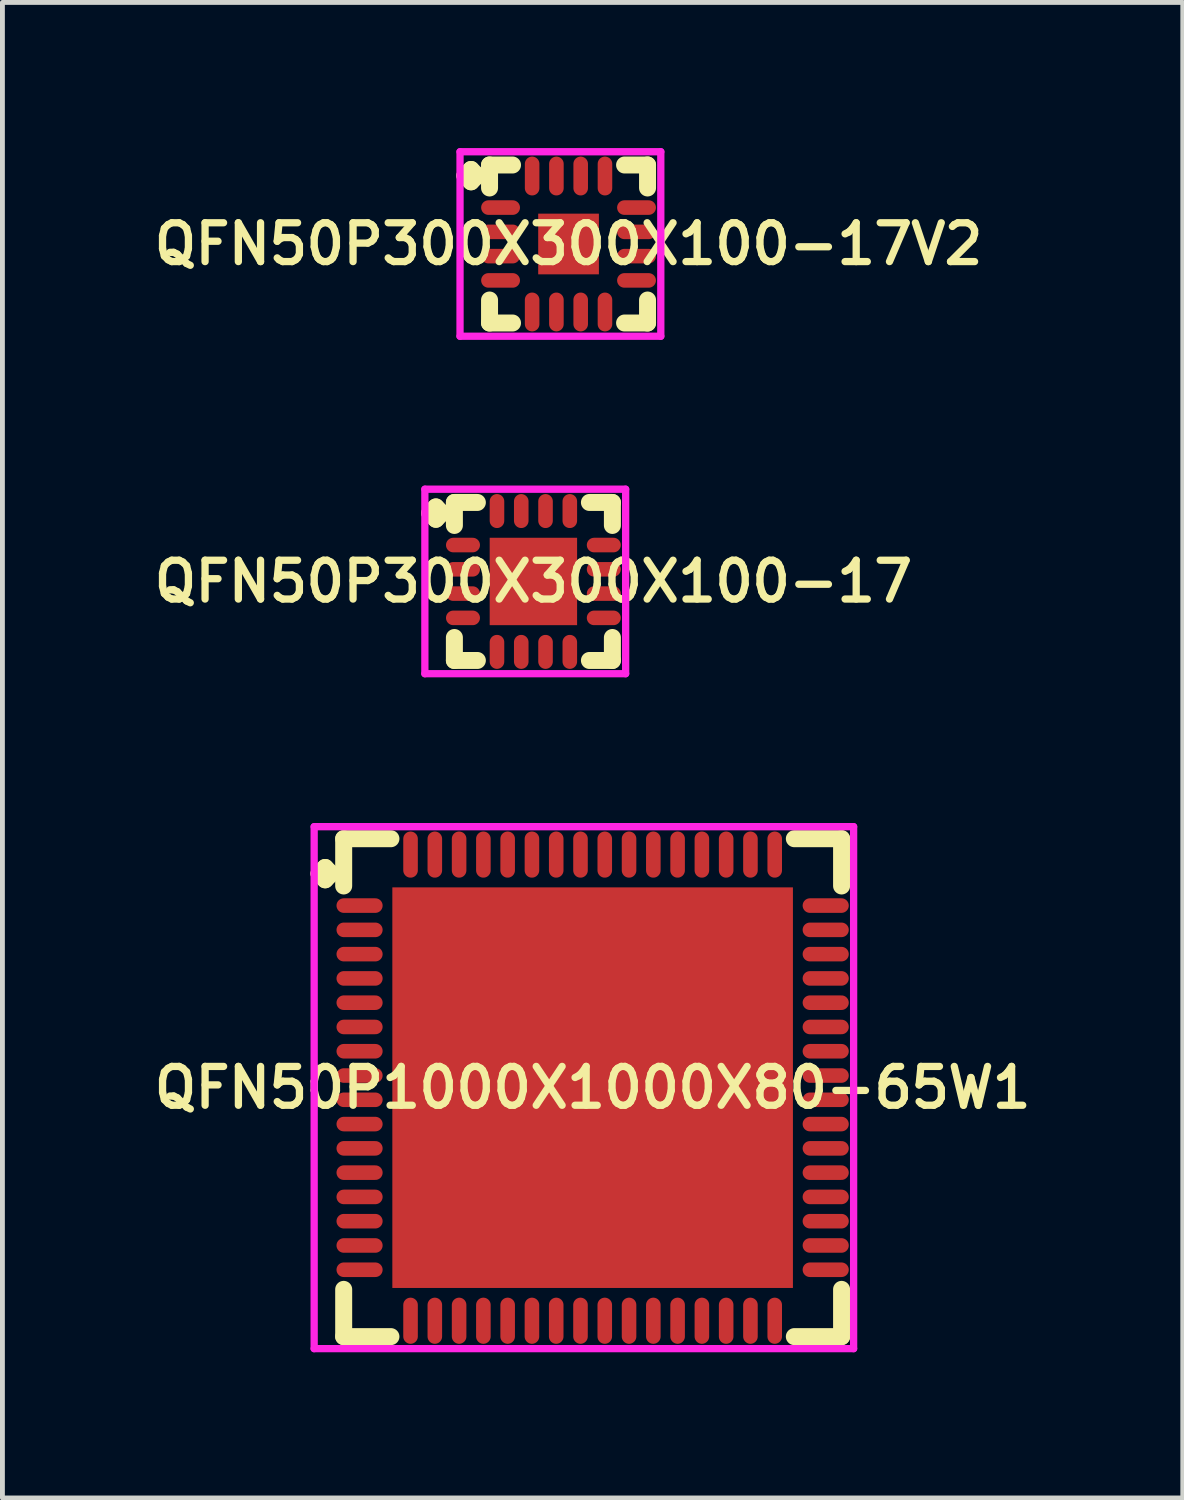
<source format=kicad_pcb>
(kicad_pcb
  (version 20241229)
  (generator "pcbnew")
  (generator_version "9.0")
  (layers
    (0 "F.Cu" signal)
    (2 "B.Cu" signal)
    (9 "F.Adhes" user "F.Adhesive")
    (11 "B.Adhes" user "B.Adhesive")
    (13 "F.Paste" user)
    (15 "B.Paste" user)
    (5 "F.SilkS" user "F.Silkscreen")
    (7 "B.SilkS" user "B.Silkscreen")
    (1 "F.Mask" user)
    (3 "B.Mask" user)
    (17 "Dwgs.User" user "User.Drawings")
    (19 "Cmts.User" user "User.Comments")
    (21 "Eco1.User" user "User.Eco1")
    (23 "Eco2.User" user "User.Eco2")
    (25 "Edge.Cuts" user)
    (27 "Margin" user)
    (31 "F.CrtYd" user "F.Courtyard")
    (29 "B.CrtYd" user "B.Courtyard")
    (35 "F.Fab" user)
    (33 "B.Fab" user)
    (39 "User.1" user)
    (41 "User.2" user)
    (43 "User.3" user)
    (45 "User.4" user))
  (footprint "QFN50P300X300X100-17"
    (layer "F.Cu")
    (at 7.935 8.925)
    (property "Reference" "QFN50P300X300X100-17" (at 0 0 0) (layer "F.SilkS") (effects (font (size 0.8 0.8) (thickness 0.15))))
    (attr smd)
    (fp_line (start -2.135 -1.408) (end -2.008 -1.535) (stroke (width 0.35) (type solid)) (layer "F.SilkS"))
    (fp_line (start -2.008 -1.535) (end -1.881 -1.408) (stroke (width 0.35) (type solid)) (layer "F.SilkS"))
    (fp_line (start -2.008 -1.281) (end -2.135 -1.408) (stroke (width 0.35) (type solid)) (layer "F.SilkS"))
    (fp_line (start -1.881 -1.408) (end -2.008 -1.281) (stroke (width 0.35) (type solid)) (layer "F.SilkS"))
    (fp_line (start -1.627 -1.627) (end -1.154 -1.627) (stroke (width 0.35) (type solid)) (layer "F.SilkS"))
    (fp_line (start -1.627 -1.154) (end -1.627 -1.627) (stroke (width 0.35) (type solid)) (layer "F.SilkS"))
    (fp_line (start -1.627 1.154) (end -1.627 1.627) (stroke (width 0.35) (type solid)) (layer "F.SilkS"))
    (fp_line (start -1.627 1.627) (end -1.154 1.627) (stroke (width 0.35) (type solid)) (layer "F.SilkS"))
    (fp_line (start 1.154 -1.627) (end 1.627 -1.627) (stroke (width 0.35) (type solid)) (layer "F.SilkS"))
    (fp_line (start 1.154 1.627) (end 1.627 1.627) (stroke (width 0.35) (type solid)) (layer "F.SilkS"))
    (fp_line (start 1.627 -1.627) (end 1.627 -1.154) (stroke (width 0.35) (type solid)) (layer "F.SilkS"))
    (fp_line (start 1.627 1.627) (end 1.627 1.154) (stroke (width 0.35) (type solid)) (layer "F.SilkS"))
    (fp_line (start -2.235 -1.9) (end 1.9 -1.9) (stroke (width 0.15) (type solid)) (layer "F.CrtYd"))
    (fp_line (start -2.235 1.9) (end -2.235 -1.9) (stroke (width 0.15) (type solid)) (layer "F.CrtYd"))
    (fp_line (start 1.9 -1.9) (end 1.9 1.9) (stroke (width 0.15) (type solid)) (layer "F.CrtYd"))
    (fp_line (start 1.9 1.9) (end -2.235 1.9) (stroke (width 0.15) (type solid)) (layer "F.CrtYd"))
    (pad "1" smd oval (at -1.45 -0.75) (size 0.7 0.3) (layers "F.Cu" "F.Mask" "F.Paste"))
    (pad "2" smd oval (at -1.45 -0.25) (size 0.7 0.3) (layers "F.Cu" "F.Mask" "F.Paste"))
    (pad "3" smd oval (at -1.45 0.25) (size 0.7 0.3) (layers "F.Cu" "F.Mask" "F.Paste"))
    (pad "4" smd oval (at -1.45 0.75) (size 0.7 0.3) (layers "F.Cu" "F.Mask" "F.Paste"))
    (pad "5" smd oval (at -0.75 1.45) (size 0.3 0.7) (layers "F.Cu" "F.Mask" "F.Paste"))
    (pad "6" smd oval (at -0.25 1.45) (size 0.3 0.7) (layers "F.Cu" "F.Mask" "F.Paste"))
    (pad "7" smd oval (at 0.25 1.45) (size 0.3 0.7) (layers "F.Cu" "F.Mask" "F.Paste"))
    (pad "8" smd oval (at 0.75 1.45) (size 0.3 0.7) (layers "F.Cu" "F.Mask" "F.Paste"))
    (pad "9" smd oval (at 1.45 0.75) (size 0.7 0.3) (layers "F.Cu" "F.Mask" "F.Paste"))
    (pad "10" smd oval (at 1.45 0.25) (size 0.7 0.3) (layers "F.Cu" "F.Mask" "F.Paste"))
    (pad "11" smd oval (at 1.45 -0.25) (size 0.7 0.3) (layers "F.Cu" "F.Mask" "F.Paste"))
    (pad "12" smd oval (at 1.45 -0.75) (size 0.7 0.3) (layers "F.Cu" "F.Mask" "F.Paste"))
    (pad "13" smd oval (at 0.75 -1.45) (size 0.3 0.7) (layers "F.Cu" "F.Mask" "F.Paste"))
    (pad "14" smd oval (at 0.25 -1.45) (size 0.3 0.7) (layers "F.Cu" "F.Mask" "F.Paste"))
    (pad "15" smd oval (at -0.25 -1.45) (size 0.3 0.7) (layers "F.Cu" "F.Mask" "F.Paste"))
    (pad "16" smd oval (at -0.75 -1.45) (size 0.3 0.7) (layers "F.Cu" "F.Mask" "F.Paste"))
    (pad "17" smd rect (at 0 0) (size 1.8 1.8) (layers "F.Cu" "F.Mask" "F.Paste")))
  (footprint "QFN50P300X300X100-17V2"
    (layer "F.Cu")
    (at 8.659 1.975)
    (property "Reference" "QFN50P300X300X100-17V2" (at 0 0 0) (layer "F.SilkS") (effects (font (size 0.8 0.8) (thickness 0.15))))
    (attr smd)
    (fp_line (start -2.135 -1.408) (end -2.008 -1.535) (stroke (width 0.35) (type solid)) (layer "F.SilkS"))
    (fp_line (start -2.008 -1.535) (end -1.881 -1.408) (stroke (width 0.35) (type solid)) (layer "F.SilkS"))
    (fp_line (start -2.008 -1.281) (end -2.135 -1.408) (stroke (width 0.35) (type solid)) (layer "F.SilkS"))
    (fp_line (start -1.881 -1.408) (end -2.008 -1.281) (stroke (width 0.35) (type solid)) (layer "F.SilkS"))
    (fp_line (start -1.627 -1.627) (end -1.154 -1.627) (stroke (width 0.35) (type solid)) (layer "F.SilkS"))
    (fp_line (start -1.627 -1.154) (end -1.627 -1.627) (stroke (width 0.35) (type solid)) (layer "F.SilkS"))
    (fp_line (start -1.627 1.154) (end -1.627 1.627) (stroke (width 0.35) (type solid)) (layer "F.SilkS"))
    (fp_line (start -1.627 1.627) (end -1.154 1.627) (stroke (width 0.35) (type solid)) (layer "F.SilkS"))
    (fp_line (start 1.154 -1.627) (end 1.627 -1.627) (stroke (width 0.35) (type solid)) (layer "F.SilkS"))
    (fp_line (start 1.154 1.627) (end 1.627 1.627) (stroke (width 0.35) (type solid)) (layer "F.SilkS"))
    (fp_line (start 1.627 -1.627) (end 1.627 -1.154) (stroke (width 0.35) (type solid)) (layer "F.SilkS"))
    (fp_line (start 1.627 1.627) (end 1.627 1.154) (stroke (width 0.35) (type solid)) (layer "F.SilkS"))
    (fp_line (start -2.235 -1.9) (end 1.9 -1.9) (stroke (width 0.15) (type solid)) (layer "F.CrtYd"))
    (fp_line (start -2.235 1.9) (end -2.235 -1.9) (stroke (width 0.15) (type solid)) (layer "F.CrtYd"))
    (fp_line (start 1.9 -1.9) (end 1.9 1.9) (stroke (width 0.15) (type solid)) (layer "F.CrtYd"))
    (fp_line (start 1.9 1.9) (end -2.235 1.9) (stroke (width 0.15) (type solid)) (layer "F.CrtYd"))
    (pad "1" smd oval (at -1.4 -0.75) (size 0.8 0.3) (layers "F.Cu" "F.Mask" "F.Paste"))
    (pad "2" smd oval (at -1.4 -0.25) (size 0.8 0.3) (layers "F.Cu" "F.Mask" "F.Paste"))
    (pad "3" smd oval (at -1.4 0.25) (size 0.8 0.3) (layers "F.Cu" "F.Mask" "F.Paste"))
    (pad "4" smd oval (at -1.4 0.75) (size 0.8 0.3) (layers "F.Cu" "F.Mask" "F.Paste"))
    (pad "5" smd oval (at -0.75 1.4) (size 0.3 0.8) (layers "F.Cu" "F.Mask" "F.Paste"))
    (pad "6" smd oval (at -0.25 1.4) (size 0.3 0.8) (layers "F.Cu" "F.Mask" "F.Paste"))
    (pad "7" smd oval (at 0.25 1.4) (size 0.3 0.8) (layers "F.Cu" "F.Mask" "F.Paste"))
    (pad "8" smd oval (at 0.75 1.4) (size 0.3 0.8) (layers "F.Cu" "F.Mask" "F.Paste"))
    (pad "9" smd oval (at 1.4 0.75) (size 0.8 0.3) (layers "F.Cu" "F.Mask" "F.Paste"))
    (pad "10" smd oval (at 1.4 0.25) (size 0.8 0.3) (layers "F.Cu" "F.Mask" "F.Paste"))
    (pad "11" smd oval (at 1.4 -0.25) (size 0.8 0.3) (layers "F.Cu" "F.Mask" "F.Paste"))
    (pad "12" smd oval (at 1.4 -0.75) (size 0.8 0.3) (layers "F.Cu" "F.Mask" "F.Paste"))
    (pad "13" smd oval (at 0.75 -1.4) (size 0.3 0.8) (layers "F.Cu" "F.Mask" "F.Paste"))
    (pad "14" smd oval (at 0.25 -1.4) (size 0.3 0.8) (layers "F.Cu" "F.Mask" "F.Paste"))
    (pad "15" smd oval (at -0.25 -1.4) (size 0.3 0.8) (layers "F.Cu" "F.Mask" "F.Paste"))
    (pad "16" smd oval (at -0.75 -1.4) (size 0.3 0.8) (layers "F.Cu" "F.Mask" "F.Paste"))
    (pad "17" smd rect (at 0 0) (size 1.25 1.25) (layers "F.Cu" "F.Mask" "F.Paste")))
  (footprint "QFN50P1000X1000X80-65W1"
    (layer "F.Cu")
    (at 9.155 19.35)
    (property "Reference" "QFN50P1000X1000X80-65W1" (at 0 0 0) (layer "F.SilkS") (effects (font (size 0.8 0.8) (thickness 0.15))))
    (attr smd)
    (fp_line (start -5.635 -4.408) (end -5.508 -4.535) (stroke (width 0.35) (type solid)) (layer "F.SilkS"))
    (fp_line (start -5.508 -4.535) (end -5.381 -4.408) (stroke (width 0.35) (type solid)) (layer "F.SilkS"))
    (fp_line (start -5.508 -4.281) (end -5.635 -4.408) (stroke (width 0.35) (type solid)) (layer "F.SilkS"))
    (fp_line (start -5.381 -4.408) (end -5.508 -4.281) (stroke (width 0.35) (type solid)) (layer "F.SilkS"))
    (fp_line (start -5.127 -5.127) (end -4.154 -5.127) (stroke (width 0.35) (type solid)) (layer "F.SilkS"))
    (fp_line (start -5.127 -4.154) (end -5.127 -5.127) (stroke (width 0.35) (type solid)) (layer "F.SilkS"))
    (fp_line (start -5.127 4.154) (end -5.127 5.127) (stroke (width 0.35) (type solid)) (layer "F.SilkS"))
    (fp_line (start -5.127 5.127) (end -4.154 5.127) (stroke (width 0.35) (type solid)) (layer "F.SilkS"))
    (fp_line (start 4.154 -5.127) (end 5.127 -5.127) (stroke (width 0.35) (type solid)) (layer "F.SilkS"))
    (fp_line (start 4.154 5.127) (end 5.127 5.127) (stroke (width 0.35) (type solid)) (layer "F.SilkS"))
    (fp_line (start 5.127 -5.127) (end 5.127 -4.154) (stroke (width 0.35) (type solid)) (layer "F.SilkS"))
    (fp_line (start 5.127 5.127) (end 5.127 4.154) (stroke (width 0.35) (type solid)) (layer "F.SilkS"))
    (fp_line (start -5.735 -5.375) (end 5.375 -5.375) (stroke (width 0.15) (type solid)) (layer "F.CrtYd"))
    (fp_line (start -5.735 5.375) (end -5.735 -5.375) (stroke (width 0.15) (type solid)) (layer "F.CrtYd"))
    (fp_line (start 5.375 -5.375) (end 5.375 5.375) (stroke (width 0.15) (type solid)) (layer "F.CrtYd"))
    (fp_line (start 5.375 5.375) (end -5.735 5.375) (stroke (width 0.15) (type solid)) (layer "F.CrtYd"))
    (pad "1" smd oval (at -4.8 -3.75) (size 0.95 0.3) (layers "F.Cu" "F.Mask" "F.Paste"))
    (pad "2" smd oval (at -4.8 -3.25) (size 0.95 0.3) (layers "F.Cu" "F.Mask" "F.Paste"))
    (pad "3" smd oval (at -4.8 -2.75) (size 0.95 0.3) (layers "F.Cu" "F.Mask" "F.Paste"))
    (pad "4" smd oval (at -4.8 -2.25) (size 0.95 0.3) (layers "F.Cu" "F.Mask" "F.Paste"))
    (pad "5" smd oval (at -4.8 -1.75) (size 0.95 0.3) (layers "F.Cu" "F.Mask" "F.Paste"))
    (pad "6" smd oval (at -4.8 -1.25) (size 0.95 0.3) (layers "F.Cu" "F.Mask" "F.Paste"))
    (pad "7" smd oval (at -4.8 -0.75) (size 0.95 0.3) (layers "F.Cu" "F.Mask" "F.Paste"))
    (pad "8" smd oval (at -4.8 -0.25) (size 0.95 0.3) (layers "F.Cu" "F.Mask" "F.Paste"))
    (pad "9" smd oval (at -4.8 0.25) (size 0.95 0.3) (layers "F.Cu" "F.Mask" "F.Paste"))
    (pad "10" smd oval (at -4.8 0.75) (size 0.95 0.3) (layers "F.Cu" "F.Mask" "F.Paste"))
    (pad "11" smd oval (at -4.8 1.25) (size 0.95 0.3) (layers "F.Cu" "F.Mask" "F.Paste"))
    (pad "12" smd oval (at -4.8 1.75) (size 0.95 0.3) (layers "F.Cu" "F.Mask" "F.Paste"))
    (pad "13" smd oval (at -4.8 2.25) (size 0.95 0.3) (layers "F.Cu" "F.Mask" "F.Paste"))
    (pad "14" smd oval (at -4.8 2.75) (size 0.95 0.3) (layers "F.Cu" "F.Mask" "F.Paste"))
    (pad "15" smd oval (at -4.8 3.25) (size 0.95 0.3) (layers "F.Cu" "F.Mask" "F.Paste"))
    (pad "16" smd oval (at -4.8 3.75) (size 0.95 0.3) (layers "F.Cu" "F.Mask" "F.Paste"))
    (pad "17" smd oval (at -3.75 4.8) (size 0.3 0.95) (layers "F.Cu" "F.Mask" "F.Paste"))
    (pad "18" smd oval (at -3.25 4.8) (size 0.3 0.95) (layers "F.Cu" "F.Mask" "F.Paste"))
    (pad "19" smd oval (at -2.75 4.8) (size 0.3 0.95) (layers "F.Cu" "F.Mask" "F.Paste"))
    (pad "20" smd oval (at -2.25 4.8) (size 0.3 0.95) (layers "F.Cu" "F.Mask" "F.Paste"))
    (pad "21" smd oval (at -1.75 4.8) (size 0.3 0.95) (layers "F.Cu" "F.Mask" "F.Paste"))
    (pad "22" smd oval (at -1.25 4.8) (size 0.3 0.95) (layers "F.Cu" "F.Mask" "F.Paste"))
    (pad "23" smd oval (at -0.75 4.8) (size 0.3 0.95) (layers "F.Cu" "F.Mask" "F.Paste"))
    (pad "24" smd oval (at -0.25 4.8) (size 0.3 0.95) (layers "F.Cu" "F.Mask" "F.Paste"))
    (pad "25" smd oval (at 0.25 4.8) (size 0.3 0.95) (layers "F.Cu" "F.Mask" "F.Paste"))
    (pad "26" smd oval (at 0.75 4.8) (size 0.3 0.95) (layers "F.Cu" "F.Mask" "F.Paste"))
    (pad "27" smd oval (at 1.25 4.8) (size 0.3 0.95) (layers "F.Cu" "F.Mask" "F.Paste"))
    (pad "28" smd oval (at 1.75 4.8) (size 0.3 0.95) (layers "F.Cu" "F.Mask" "F.Paste"))
    (pad "29" smd oval (at 2.25 4.8) (size 0.3 0.95) (layers "F.Cu" "F.Mask" "F.Paste"))
    (pad "30" smd oval (at 2.75 4.8) (size 0.3 0.95) (layers "F.Cu" "F.Mask" "F.Paste"))
    (pad "31" smd oval (at 3.25 4.8) (size 0.3 0.95) (layers "F.Cu" "F.Mask" "F.Paste"))
    (pad "32" smd oval (at 3.75 4.8) (size 0.3 0.95) (layers "F.Cu" "F.Mask" "F.Paste"))
    (pad "33" smd oval (at 4.8 3.75) (size 0.95 0.3) (layers "F.Cu" "F.Mask" "F.Paste"))
    (pad "34" smd oval (at 4.8 3.25) (size 0.95 0.3) (layers "F.Cu" "F.Mask" "F.Paste"))
    (pad "35" smd oval (at 4.8 2.75) (size 0.95 0.3) (layers "F.Cu" "F.Mask" "F.Paste"))
    (pad "36" smd oval (at 4.8 2.25) (size 0.95 0.3) (layers "F.Cu" "F.Mask" "F.Paste"))
    (pad "37" smd oval (at 4.8 1.75) (size 0.95 0.3) (layers "F.Cu" "F.Mask" "F.Paste"))
    (pad "38" smd oval (at 4.8 1.25) (size 0.95 0.3) (layers "F.Cu" "F.Mask" "F.Paste"))
    (pad "39" smd oval (at 4.8 0.75) (size 0.95 0.3) (layers "F.Cu" "F.Mask" "F.Paste"))
    (pad "40" smd oval (at 4.8 0.25) (size 0.95 0.3) (layers "F.Cu" "F.Mask" "F.Paste"))
    (pad "41" smd oval (at 4.8 -0.25) (size 0.95 0.3) (layers "F.Cu" "F.Mask" "F.Paste"))
    (pad "42" smd oval (at 4.8 -0.75) (size 0.95 0.3) (layers "F.Cu" "F.Mask" "F.Paste"))
    (pad "43" smd oval (at 4.8 -1.25) (size 0.95 0.3) (layers "F.Cu" "F.Mask" "F.Paste"))
    (pad "44" smd oval (at 4.8 -1.75) (size 0.95 0.3) (layers "F.Cu" "F.Mask" "F.Paste"))
    (pad "45" smd oval (at 4.8 -2.25) (size 0.95 0.3) (layers "F.Cu" "F.Mask" "F.Paste"))
    (pad "46" smd oval (at 4.8 -2.75) (size 0.95 0.3) (layers "F.Cu" "F.Mask" "F.Paste"))
    (pad "47" smd oval (at 4.8 -3.25) (size 0.95 0.3) (layers "F.Cu" "F.Mask" "F.Paste"))
    (pad "48" smd oval (at 4.8 -3.75) (size 0.95 0.3) (layers "F.Cu" "F.Mask" "F.Paste"))
    (pad "49" smd oval (at 3.75 -4.8) (size 0.3 0.95) (layers "F.Cu" "F.Mask" "F.Paste"))
    (pad "50" smd oval (at 3.25 -4.8) (size 0.3 0.95) (layers "F.Cu" "F.Mask" "F.Paste"))
    (pad "51" smd oval (at 2.75 -4.8) (size 0.3 0.95) (layers "F.Cu" "F.Mask" "F.Paste"))
    (pad "52" smd oval (at 2.25 -4.8) (size 0.3 0.95) (layers "F.Cu" "F.Mask" "F.Paste"))
    (pad "53" smd oval (at 1.75 -4.8) (size 0.3 0.95) (layers "F.Cu" "F.Mask" "F.Paste"))
    (pad "54" smd oval (at 1.25 -4.8) (size 0.3 0.95) (layers "F.Cu" "F.Mask" "F.Paste"))
    (pad "55" smd oval (at 0.75 -4.8) (size 0.3 0.95) (layers "F.Cu" "F.Mask" "F.Paste"))
    (pad "56" smd oval (at 0.25 -4.8) (size 0.3 0.95) (layers "F.Cu" "F.Mask" "F.Paste"))
    (pad "57" smd oval (at -0.25 -4.8) (size 0.3 0.95) (layers "F.Cu" "F.Mask" "F.Paste"))
    (pad "58" smd oval (at -0.75 -4.8) (size 0.3 0.95) (layers "F.Cu" "F.Mask" "F.Paste"))
    (pad "59" smd oval (at -1.25 -4.8) (size 0.3 0.95) (layers "F.Cu" "F.Mask" "F.Paste"))
    (pad "60" smd oval (at -1.75 -4.8) (size 0.3 0.95) (layers "F.Cu" "F.Mask" "F.Paste"))
    (pad "61" smd oval (at -2.25 -4.8) (size 0.3 0.95) (layers "F.Cu" "F.Mask" "F.Paste"))
    (pad "62" smd oval (at -2.75 -4.8) (size 0.3 0.95) (layers "F.Cu" "F.Mask" "F.Paste"))
    (pad "63" smd oval (at -3.25 -4.8) (size 0.3 0.95) (layers "F.Cu" "F.Mask" "F.Paste"))
    (pad "64" smd oval (at -3.75 -4.8) (size 0.3 0.95) (layers "F.Cu" "F.Mask" "F.Paste"))
    (pad "65" smd rect (at 0 0) (size 8.25 8.25) (layers "F.Cu" "F.Mask" "F.Paste")))
  (gr_rect
    (start -3 -3)
    (end 21.309 27.8)
    (stroke (width 0.1) (type default))
    (fill no)
    (layer "Edge.Cuts")))
</source>
